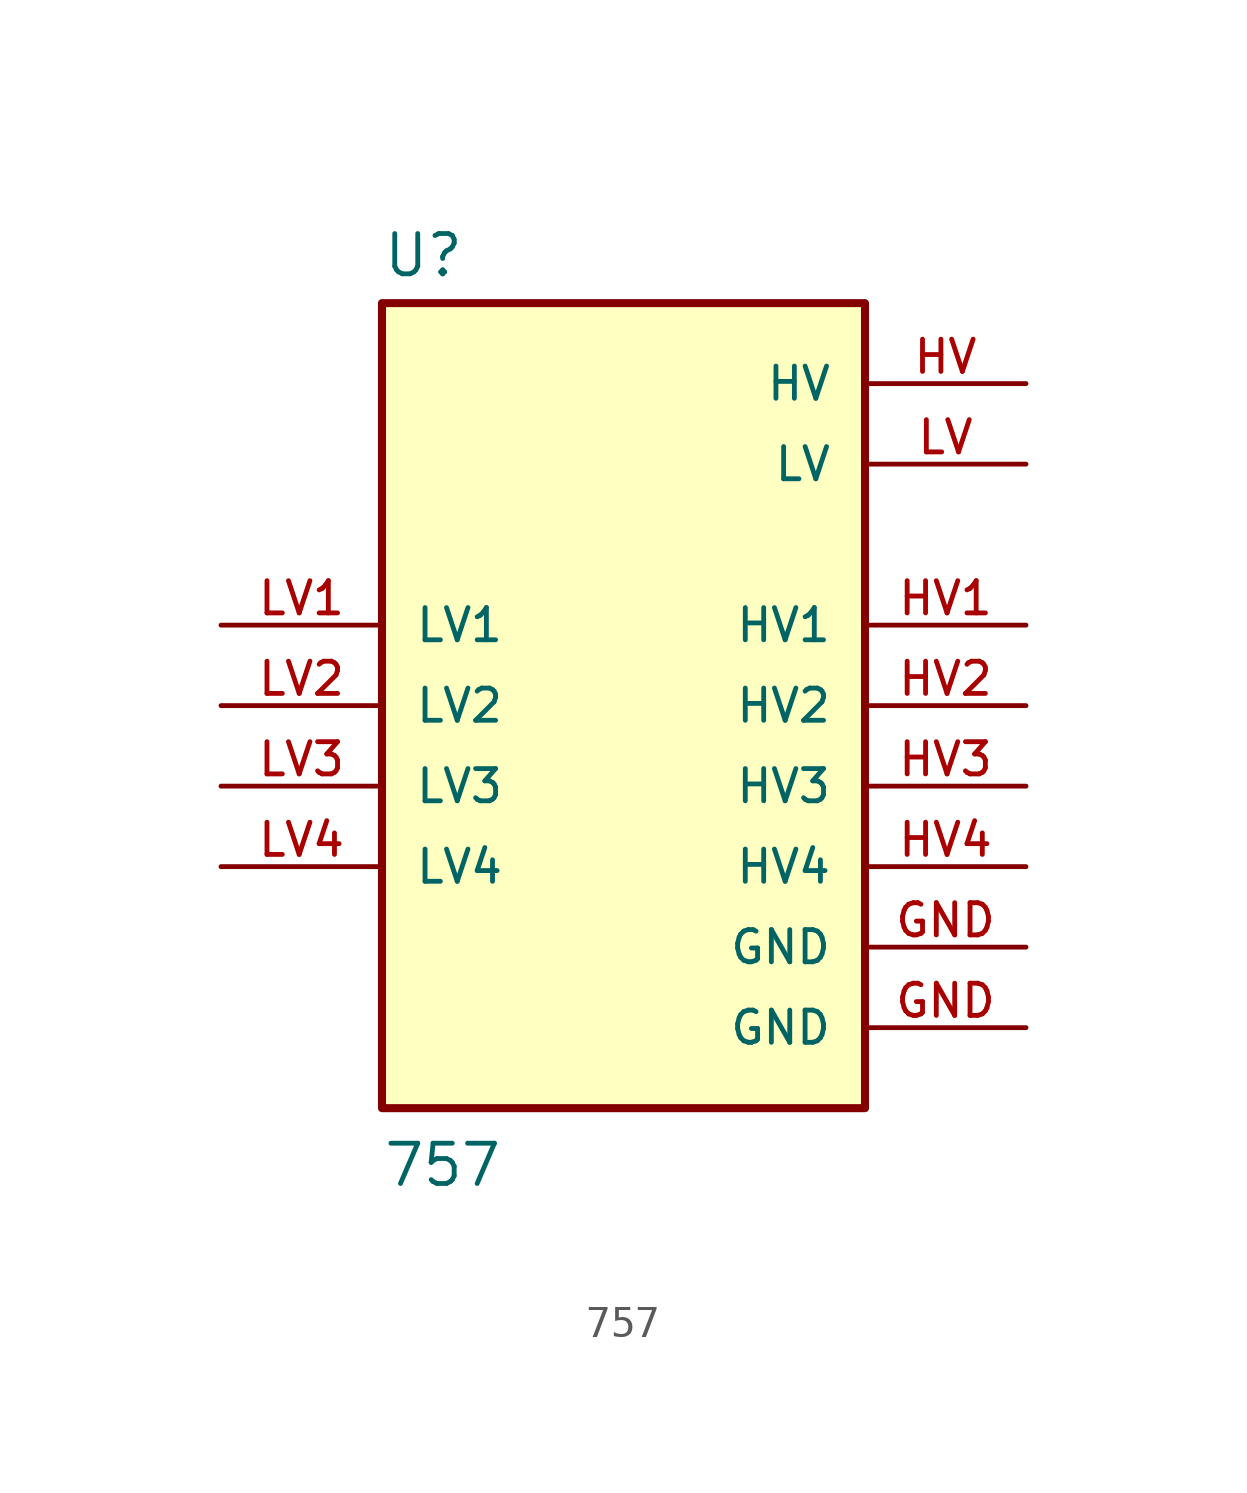
<source format=kicad_sym>
(kicad_symbol_lib
  (version 20211014)
  (generator kicad_symbol_editor)
  (symbol "757"
    (pin_names
      (offset 1.016))
    (property "Reference" "U"
      (at -7.62 13.462 0)
      (effects (font (size 1.27 1.27)) (justify left bottom)))
    (property "Value" "757"
      (at -7.62 -15.24 0)
      (effects (font (size 1.27 1.27)) (justify left bottom)))
    (symbol "757_0_0"
      (rectangle (start -7.62 -12.7) (end 7.62 12.7) (stroke (width 0.254) (type default) (color 0 0 0 0)) (fill (type background)))
      (pin power_in line (at 12.7 -10.16 180) (length 5.08) (name "GND" (effects (font (size 1.016 1.016)))) (number "GND" (effects (font (size 1.016 1.016)))))
      (pin power_in line (at 12.7 -7.62 180) (length 5.08) (name "GND" (effects (font (size 1.016 1.016)))) (number "GND" (effects (font (size 1.016 1.016)))))
      (pin power_in line (at 12.7 10.16 180) (length 5.08) (name "HV" (effects (font (size 1.016 1.016)))) (number "HV" (effects (font (size 1.016 1.016)))))
      (pin input line (at 12.7 2.54 180) (length 5.08) (name "HV1" (effects (font (size 1.016 1.016)))) (number "HV1" (effects (font (size 1.016 1.016)))))
      (pin input line (at 12.7 0 180) (length 5.08) (name "HV2" (effects (font (size 1.016 1.016)))) (number "HV2" (effects (font (size 1.016 1.016)))))
      (pin input line (at 12.7 -2.54 180) (length 5.08) (name "HV3" (effects (font (size 1.016 1.016)))) (number "HV3" (effects (font (size 1.016 1.016)))))
      (pin input line (at 12.7 -5.08 180) (length 5.08) (name "HV4" (effects (font (size 1.016 1.016)))) (number "HV4" (effects (font (size 1.016 1.016)))))
      (pin power_in line (at 12.7 7.62 180) (length 5.08) (name "LV" (effects (font (size 1.016 1.016)))) (number "LV" (effects (font (size 1.016 1.016)))))
      (pin output line (at -12.7 2.54 0) (length 5.08) (name "LV1" (effects (font (size 1.016 1.016)))) (number "LV1" (effects (font (size 1.016 1.016)))))
      (pin output line (at -12.7 0 0) (length 5.08) (name "LV2" (effects (font (size 1.016 1.016)))) (number "LV2" (effects (font (size 1.016 1.016)))))
      (pin output line (at -12.7 -2.54 0) (length 5.08) (name "LV3" (effects (font (size 1.016 1.016)))) (number "LV3" (effects (font (size 1.016 1.016)))))
      (pin output line (at -12.7 -5.08 0) (length 5.08) (name "LV4" (effects (font (size 1.016 1.016)))) (number "LV4" (effects (font (size 1.016 1.016))))))))
</source>
